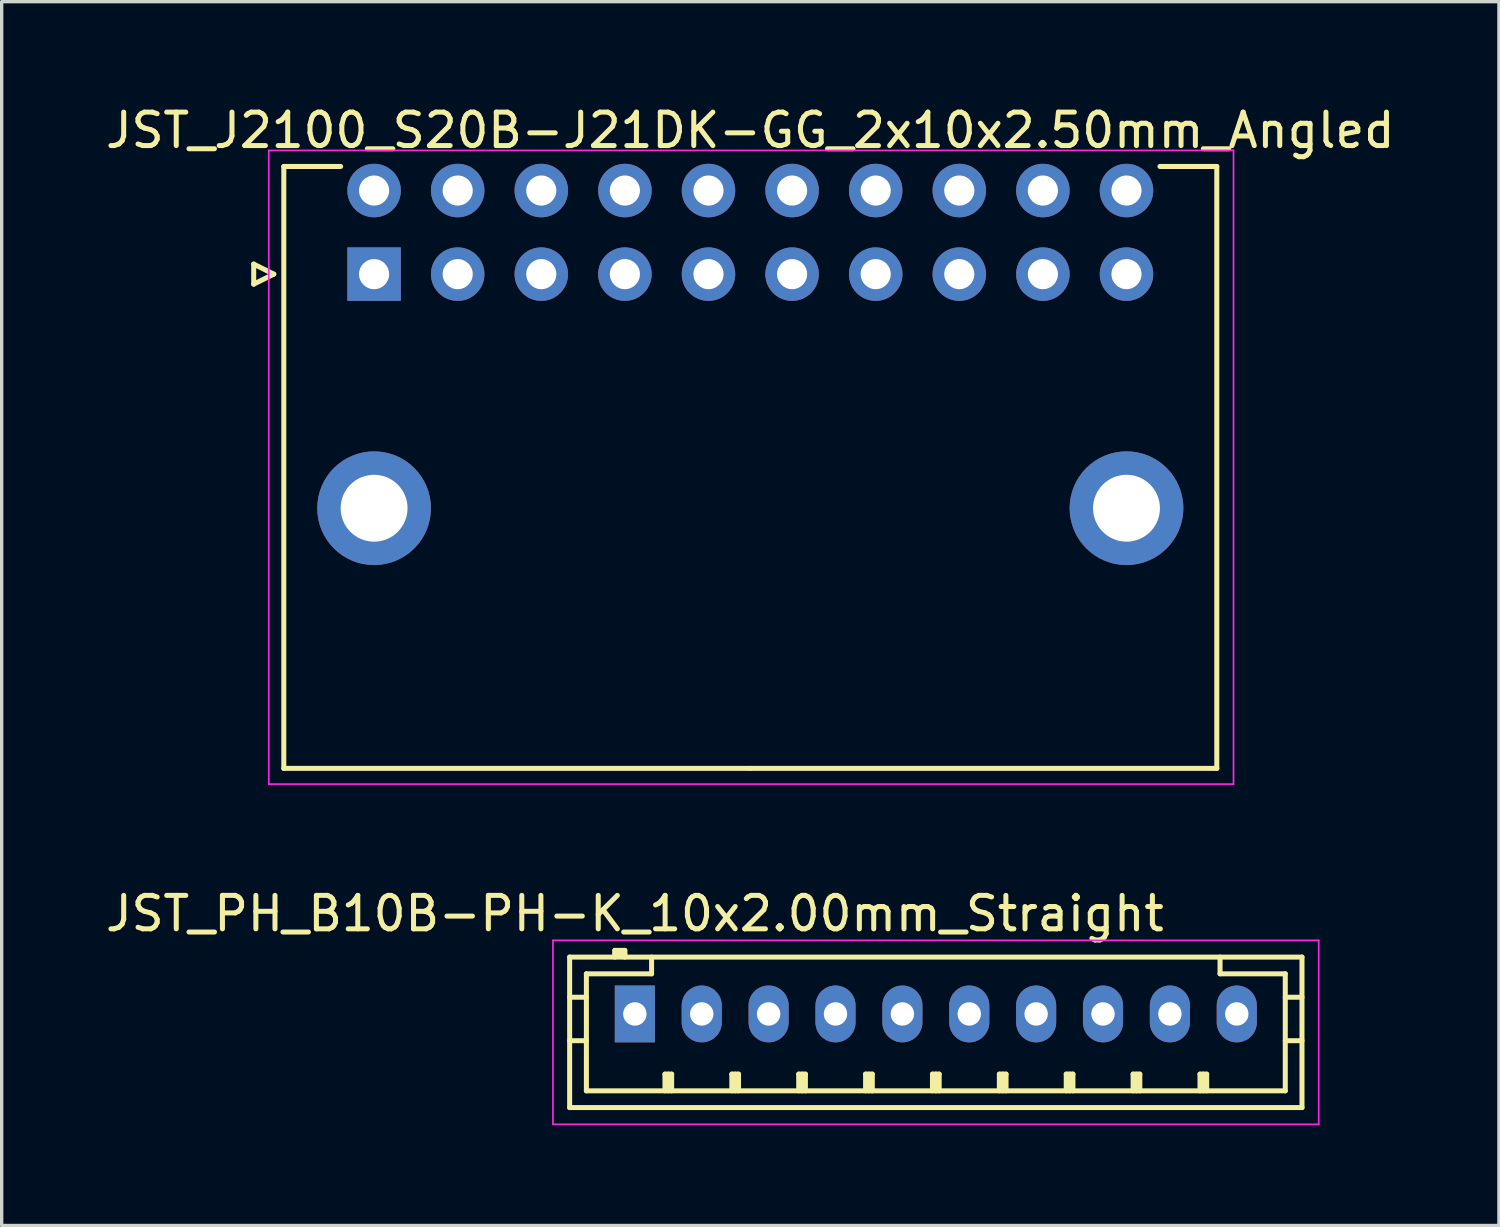
<source format=kicad_pcb>
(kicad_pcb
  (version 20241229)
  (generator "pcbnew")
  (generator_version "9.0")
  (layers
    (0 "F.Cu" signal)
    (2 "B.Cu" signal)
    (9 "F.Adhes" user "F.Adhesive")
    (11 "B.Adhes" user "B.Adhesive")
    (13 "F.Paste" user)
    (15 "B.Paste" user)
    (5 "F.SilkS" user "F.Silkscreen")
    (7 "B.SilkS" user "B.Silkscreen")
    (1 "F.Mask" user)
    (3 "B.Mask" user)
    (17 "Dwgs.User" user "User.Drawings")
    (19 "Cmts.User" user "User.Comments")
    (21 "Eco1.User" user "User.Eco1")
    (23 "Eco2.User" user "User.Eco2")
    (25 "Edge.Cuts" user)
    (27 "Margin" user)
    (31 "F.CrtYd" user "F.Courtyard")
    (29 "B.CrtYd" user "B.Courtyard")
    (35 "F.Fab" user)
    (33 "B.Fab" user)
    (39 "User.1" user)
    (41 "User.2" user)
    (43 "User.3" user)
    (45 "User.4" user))
  (footprint "JST_PH_B10B-PH-K_10x2.00mm_Straight"
    (layer "F.Cu")
    (at 15.935 27.271)
    (property "Reference" "JST_PH_B10B-PH-K_10x2.00mm_Straight" (at 0 -3 0) (layer "F.SilkS") (effects (font (size 1 1) (thickness 0.15))))
    (attr through_hole)
    (fp_line (start -1.95 -1.7) (end 19.95 -1.7) (stroke (width 0.15) (type solid)) (layer "F.SilkS"))
    (fp_line (start -1.95 -0.5) (end -1.45 -0.5) (stroke (width 0.15) (type solid)) (layer "F.SilkS"))
    (fp_line (start -1.95 0.8) (end -1.45 0.8) (stroke (width 0.15) (type solid)) (layer "F.SilkS"))
    (fp_line (start -1.95 2.8) (end -1.95 -1.7) (stroke (width 0.15) (type solid)) (layer "F.SilkS"))
    (fp_line (start -1.45 -1.2) (end -1.45 2.3) (stroke (width 0.15) (type solid)) (layer "F.SilkS"))
    (fp_line (start -1.45 2.3) (end 19.45 2.3) (stroke (width 0.15) (type solid)) (layer "F.SilkS"))
    (fp_line (start -0.6 -1.9) (end -0.6 -1.7) (stroke (width 0.15) (type solid)) (layer "F.SilkS"))
    (fp_line (start -0.3 -1.9) (end -0.6 -1.9) (stroke (width 0.15) (type solid)) (layer "F.SilkS"))
    (fp_line (start -0.3 -1.8) (end -0.6 -1.8) (stroke (width 0.15) (type solid)) (layer "F.SilkS"))
    (fp_line (start -0.3 -1.7) (end -0.3 -1.9) (stroke (width 0.15) (type solid)) (layer "F.SilkS"))
    (fp_line (start 0.5 -1.7) (end 0.5 -1.2) (stroke (width 0.15) (type solid)) (layer "F.SilkS"))
    (fp_line (start 0.5 -1.2) (end -1.45 -1.2) (stroke (width 0.15) (type solid)) (layer "F.SilkS"))
    (fp_line (start 0.9 1.8) (end 1.1 1.8) (stroke (width 0.15) (type solid)) (layer "F.SilkS"))
    (fp_line (start 0.9 2.3) (end 0.9 1.8) (stroke (width 0.15) (type solid)) (layer "F.SilkS"))
    (fp_line (start 1 2.3) (end 1 1.8) (stroke (width 0.15) (type solid)) (layer "F.SilkS"))
    (fp_line (start 1.1 1.8) (end 1.1 2.3) (stroke (width 0.15) (type solid)) (layer "F.SilkS"))
    (fp_line (start 2.9 1.8) (end 3.1 1.8) (stroke (width 0.15) (type solid)) (layer "F.SilkS"))
    (fp_line (start 2.9 2.3) (end 2.9 1.8) (stroke (width 0.15) (type solid)) (layer "F.SilkS"))
    (fp_line (start 3 2.3) (end 3 1.8) (stroke (width 0.15) (type solid)) (layer "F.SilkS"))
    (fp_line (start 3.1 1.8) (end 3.1 2.3) (stroke (width 0.15) (type solid)) (layer "F.SilkS"))
    (fp_line (start 4.9 1.8) (end 5.1 1.8) (stroke (width 0.15) (type solid)) (layer "F.SilkS"))
    (fp_line (start 4.9 2.3) (end 4.9 1.8) (stroke (width 0.15) (type solid)) (layer "F.SilkS"))
    (fp_line (start 5 2.3) (end 5 1.8) (stroke (width 0.15) (type solid)) (layer "F.SilkS"))
    (fp_line (start 5.1 1.8) (end 5.1 2.3) (stroke (width 0.15) (type solid)) (layer "F.SilkS"))
    (fp_line (start 6.9 1.8) (end 7.1 1.8) (stroke (width 0.15) (type solid)) (layer "F.SilkS"))
    (fp_line (start 6.9 2.3) (end 6.9 1.8) (stroke (width 0.15) (type solid)) (layer "F.SilkS"))
    (fp_line (start 7 2.3) (end 7 1.8) (stroke (width 0.15) (type solid)) (layer "F.SilkS"))
    (fp_line (start 7.1 1.8) (end 7.1 2.3) (stroke (width 0.15) (type solid)) (layer "F.SilkS"))
    (fp_line (start 8.9 1.8) (end 9.1 1.8) (stroke (width 0.15) (type solid)) (layer "F.SilkS"))
    (fp_line (start 8.9 2.3) (end 8.9 1.8) (stroke (width 0.15) (type solid)) (layer "F.SilkS"))
    (fp_line (start 9 2.3) (end 9 1.8) (stroke (width 0.15) (type solid)) (layer "F.SilkS"))
    (fp_line (start 9.1 1.8) (end 9.1 2.3) (stroke (width 0.15) (type solid)) (layer "F.SilkS"))
    (fp_line (start 10.9 1.8) (end 11.1 1.8) (stroke (width 0.15) (type solid)) (layer "F.SilkS"))
    (fp_line (start 10.9 2.3) (end 10.9 1.8) (stroke (width 0.15) (type solid)) (layer "F.SilkS"))
    (fp_line (start 11 2.3) (end 11 1.8) (stroke (width 0.15) (type solid)) (layer "F.SilkS"))
    (fp_line (start 11.1 1.8) (end 11.1 2.3) (stroke (width 0.15) (type solid)) (layer "F.SilkS"))
    (fp_line (start 12.9 1.8) (end 13.1 1.8) (stroke (width 0.15) (type solid)) (layer "F.SilkS"))
    (fp_line (start 12.9 2.3) (end 12.9 1.8) (stroke (width 0.15) (type solid)) (layer "F.SilkS"))
    (fp_line (start 13 2.3) (end 13 1.8) (stroke (width 0.15) (type solid)) (layer "F.SilkS"))
    (fp_line (start 13.1 1.8) (end 13.1 2.3) (stroke (width 0.15) (type solid)) (layer "F.SilkS"))
    (fp_line (start 14.9 1.8) (end 15.1 1.8) (stroke (width 0.15) (type solid)) (layer "F.SilkS"))
    (fp_line (start 14.9 2.3) (end 14.9 1.8) (stroke (width 0.15) (type solid)) (layer "F.SilkS"))
    (fp_line (start 15 2.3) (end 15 1.8) (stroke (width 0.15) (type solid)) (layer "F.SilkS"))
    (fp_line (start 15.1 1.8) (end 15.1 2.3) (stroke (width 0.15) (type solid)) (layer "F.SilkS"))
    (fp_line (start 16.9 1.8) (end 17.1 1.8) (stroke (width 0.15) (type solid)) (layer "F.SilkS"))
    (fp_line (start 16.9 2.3) (end 16.9 1.8) (stroke (width 0.15) (type solid)) (layer "F.SilkS"))
    (fp_line (start 17 2.3) (end 17 1.8) (stroke (width 0.15) (type solid)) (layer "F.SilkS"))
    (fp_line (start 17.1 1.8) (end 17.1 2.3) (stroke (width 0.15) (type solid)) (layer "F.SilkS"))
    (fp_line (start 17.5 -1.2) (end 17.5 -1.7) (stroke (width 0.15) (type solid)) (layer "F.SilkS"))
    (fp_line (start 19.45 -1.2) (end 17.5 -1.2) (stroke (width 0.15) (type solid)) (layer "F.SilkS"))
    (fp_line (start 19.45 -0.5) (end 19.95 -0.5) (stroke (width 0.15) (type solid)) (layer "F.SilkS"))
    (fp_line (start 19.45 0.8) (end 19.95 0.8) (stroke (width 0.15) (type solid)) (layer "F.SilkS"))
    (fp_line (start 19.45 2.3) (end 19.45 -1.2) (stroke (width 0.15) (type solid)) (layer "F.SilkS"))
    (fp_line (start 19.95 -1.7) (end 19.95 2.8) (stroke (width 0.15) (type solid)) (layer "F.SilkS"))
    (fp_line (start 19.95 2.8) (end -1.95 2.8) (stroke (width 0.15) (type solid)) (layer "F.SilkS"))
    (fp_line (start -2.45 -2.2) (end 20.45 -2.2) (stroke (width 0.05) (type solid)) (layer "F.CrtYd"))
    (fp_line (start -2.45 3.3) (end -2.45 -2.2) (stroke (width 0.05) (type solid)) (layer "F.CrtYd"))
    (fp_line (start 20.45 -2.2) (end 20.45 3.3) (stroke (width 0.05) (type solid)) (layer "F.CrtYd"))
    (fp_line (start 20.45 3.3) (end -2.45 3.3) (stroke (width 0.05) (type solid)) (layer "F.CrtYd"))
    (pad "1" thru_hole rect (at 0 0) (size 1.2 1.7) (drill 0.7) (layers "*.Cu" "*.Mask"))
    (pad "2" thru_hole oval (at 2 0) (size 1.2 1.7) (drill 0.7) (layers "*.Cu" "*.Mask"))
    (pad "3" thru_hole oval (at 4 0) (size 1.2 1.7) (drill 0.7) (layers "*.Cu" "*.Mask"))
    (pad "4" thru_hole oval (at 6 0) (size 1.2 1.7) (drill 0.7) (layers "*.Cu" "*.Mask"))
    (pad "5" thru_hole oval (at 8 0) (size 1.2 1.7) (drill 0.7) (layers "*.Cu" "*.Mask"))
    (pad "6" thru_hole oval (at 10 0) (size 1.2 1.7) (drill 0.7) (layers "*.Cu" "*.Mask"))
    (pad "7" thru_hole oval (at 12 0) (size 1.2 1.7) (drill 0.7) (layers "*.Cu" "*.Mask"))
    (pad "8" thru_hole oval (at 14 0) (size 1.2 1.7) (drill 0.7) (layers "*.Cu" "*.Mask"))
    (pad "9" thru_hole oval (at 16 0) (size 1.2 1.7) (drill 0.7) (layers "*.Cu" "*.Mask"))
    (pad "10" thru_hole oval (at 18 0) (size 1.2 1.7) (drill 0.7) (layers "*.Cu" "*.Mask")))
  (footprint "JST_J2100_S20B-J21DK-GG_2x10x2.50mm_Angled"
    (layer "F.Cu")
    (at 8.137 5.148)
    (property "Reference" "JST_J2100_S20B-J21DK-GG_2x10x2.50mm_Angled" (at 11.25 -4.3 0) (layer "F.SilkS") (effects (font (size 1 1) (thickness 0.15))))
    (attr through_hole)
    (fp_line (start -3.6 -0.3) (end -3 0) (stroke (width 0.15) (type solid)) (layer "F.SilkS"))
    (fp_line (start -3.6 0.3) (end -3.6 -0.3) (stroke (width 0.15) (type solid)) (layer "F.SilkS"))
    (fp_line (start -3 0) (end -3.6 0.3) (stroke (width 0.15) (type solid)) (layer "F.SilkS"))
    (fp_line (start -2.7 -3.22) (end -2.7 14.78) (stroke (width 0.15) (type solid)) (layer "F.SilkS"))
    (fp_line (start -2.7 14.78) (end 11.25 14.78) (stroke (width 0.15) (type solid)) (layer "F.SilkS"))
    (fp_line (start -1 -3.22) (end -2.7 -3.22) (stroke (width 0.15) (type solid)) (layer "F.SilkS"))
    (fp_line (start 23.5 -3.22) (end 25.2 -3.22) (stroke (width 0.15) (type solid)) (layer "F.SilkS"))
    (fp_line (start 25.2 -3.22) (end 25.2 14.78) (stroke (width 0.15) (type solid)) (layer "F.SilkS"))
    (fp_line (start 25.2 14.78) (end 11.25 14.78) (stroke (width 0.15) (type solid)) (layer "F.SilkS"))
    (fp_line (start -3.15 -3.7) (end -3.15 15.25) (stroke (width 0.05) (type solid)) (layer "F.CrtYd"))
    (fp_line (start -3.15 15.25) (end 25.7 15.25) (stroke (width 0.05) (type solid)) (layer "F.CrtYd"))
    (fp_line (start 25.7 -3.7) (end -3.15 -3.7) (stroke (width 0.05) (type solid)) (layer "F.CrtYd"))
    (fp_line (start 25.7 15.25) (end 25.7 -3.7) (stroke (width 0.05) (type solid)) (layer "F.CrtYd"))
    (pad "" thru_hole circle (at 0 7) (size 3.4 3.4) (drill 2) (layers "*.Cu" "*.Mask"))
    (pad "" thru_hole circle (at 22.5 7) (size 3.4 3.4) (drill 2) (layers "*.Cu" "*.Mask"))
    (pad "1" thru_hole rect (at 0 0) (size 1.6 1.6) (drill 0.9) (layers "*.Cu" "*.Mask"))
    (pad "2" thru_hole circle (at 0 -2.5) (size 1.6 1.6) (drill 0.9) (layers "*.Cu" "*.Mask"))
    (pad "3" thru_hole circle (at 2.5 0) (size 1.6 1.6) (drill 0.9) (layers "*.Cu" "*.Mask"))
    (pad "4" thru_hole circle (at 2.5 -2.5) (size 1.6 1.6) (drill 0.9) (layers "*.Cu" "*.Mask"))
    (pad "5" thru_hole circle (at 5 0) (size 1.6 1.6) (drill 0.9) (layers "*.Cu" "*.Mask"))
    (pad "6" thru_hole circle (at 5 -2.5) (size 1.6 1.6) (drill 0.9) (layers "*.Cu" "*.Mask"))
    (pad "7" thru_hole circle (at 7.5 0) (size 1.6 1.6) (drill 0.9) (layers "*.Cu" "*.Mask"))
    (pad "8" thru_hole circle (at 7.5 -2.5) (size 1.6 1.6) (drill 0.9) (layers "*.Cu" "*.Mask"))
    (pad "9" thru_hole circle (at 10 0) (size 1.6 1.6) (drill 0.9) (layers "*.Cu" "*.Mask"))
    (pad "10" thru_hole circle (at 10 -2.5) (size 1.6 1.6) (drill 0.9) (layers "*.Cu" "*.Mask"))
    (pad "11" thru_hole circle (at 12.5 0) (size 1.6 1.6) (drill 0.9) (layers "*.Cu" "*.Mask"))
    (pad "12" thru_hole circle (at 12.5 -2.5) (size 1.6 1.6) (drill 0.9) (layers "*.Cu" "*.Mask"))
    (pad "13" thru_hole circle (at 15 0) (size 1.6 1.6) (drill 0.9) (layers "*.Cu" "*.Mask"))
    (pad "14" thru_hole circle (at 15 -2.5) (size 1.6 1.6) (drill 0.9) (layers "*.Cu" "*.Mask"))
    (pad "15" thru_hole circle (at 17.5 0) (size 1.6 1.6) (drill 0.9) (layers "*.Cu" "*.Mask"))
    (pad "16" thru_hole circle (at 17.5 -2.5) (size 1.6 1.6) (drill 0.9) (layers "*.Cu" "*.Mask"))
    (pad "17" thru_hole circle (at 20 0) (size 1.6 1.6) (drill 0.9) (layers "*.Cu" "*.Mask"))
    (pad "18" thru_hole circle (at 20 -2.5) (size 1.6 1.6) (drill 0.9) (layers "*.Cu" "*.Mask"))
    (pad "19" thru_hole circle (at 22.5 0) (size 1.6 1.6) (drill 0.9) (layers "*.Cu" "*.Mask"))
    (pad "20" thru_hole circle (at 22.5 -2.5) (size 1.6 1.6) (drill 0.9) (layers "*.Cu" "*.Mask")))
  (gr_rect
    (start -3 -3)
    (end 41.774 33.596)
    (stroke (width 0.1) (type default))
    (fill no)
    (layer "Edge.Cuts")))
</source>
